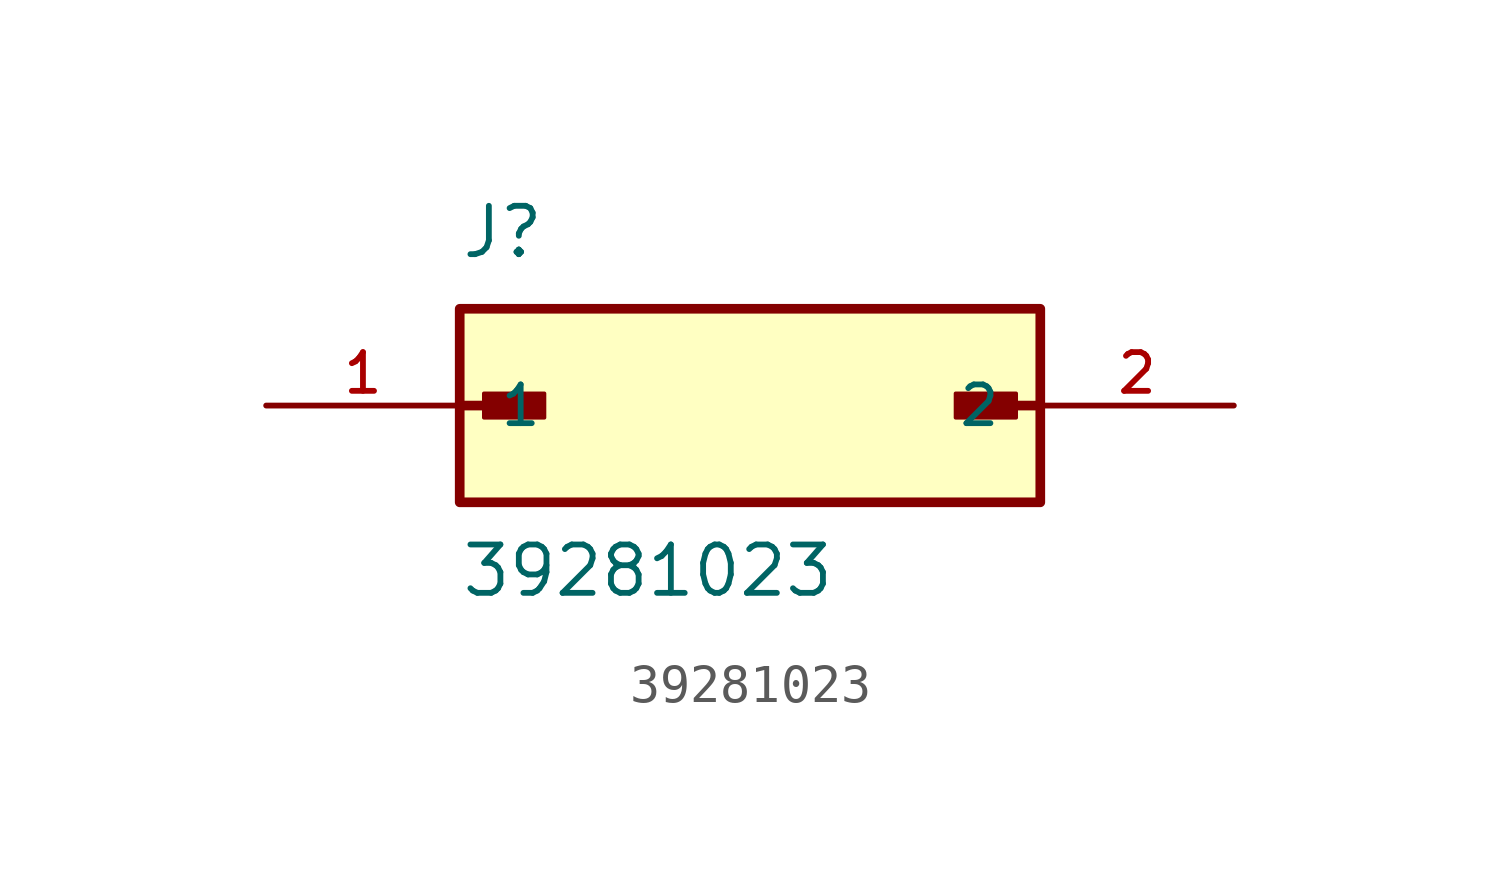
<source format=kicad_sym>
(kicad_symbol_lib
  (version 20211014)
  (generator kicad_symbol_editor)
  (symbol "39281023"
    (pin_names
      (offset 1.016))
    (property "Reference" "J"
      (at -7.62 3.81 0)
      (effects (font (size 1.27 1.27)) (justify bottom left)))
    (property "Value" "39281023"
      (at -7.62 -5.08 0)
      (effects (font (size 1.27 1.27)) (justify bottom left)))
    (symbol "39281023_0_0"
      (polyline (pts (xy -7.62 0.0) (xy -5.715 0.0)) (stroke (width 0.254)))
      (rectangle (start -6.985 -0.318) (end -5.397 0.318) (stroke (width 0.1)) (fill (type outline)))
      (polyline (pts (xy 7.62 0.0) (xy 5.715 0.0)) (stroke (width 0.254)))
      (rectangle (start 5.397 -0.318) (end 6.985 0.318) (stroke (width 0.1)) (fill (type outline)))
      (rectangle (start -7.62 -2.54) (end 7.62 2.54) (stroke (width 0.254)) (fill (type background)))
      (pin passive line (at -12.7 0.0 0) (length 5.08) (name "1" (effects (font (size 1.016 1.016)))) (number "1" (effects (font (size 1.016 1.016)))))
      (pin passive line (at 12.7 0.0 180.0) (length 5.08) (name "2" (effects (font (size 1.016 1.016)))) (number "2" (effects (font (size 1.016 1.016))))))))
</source>
